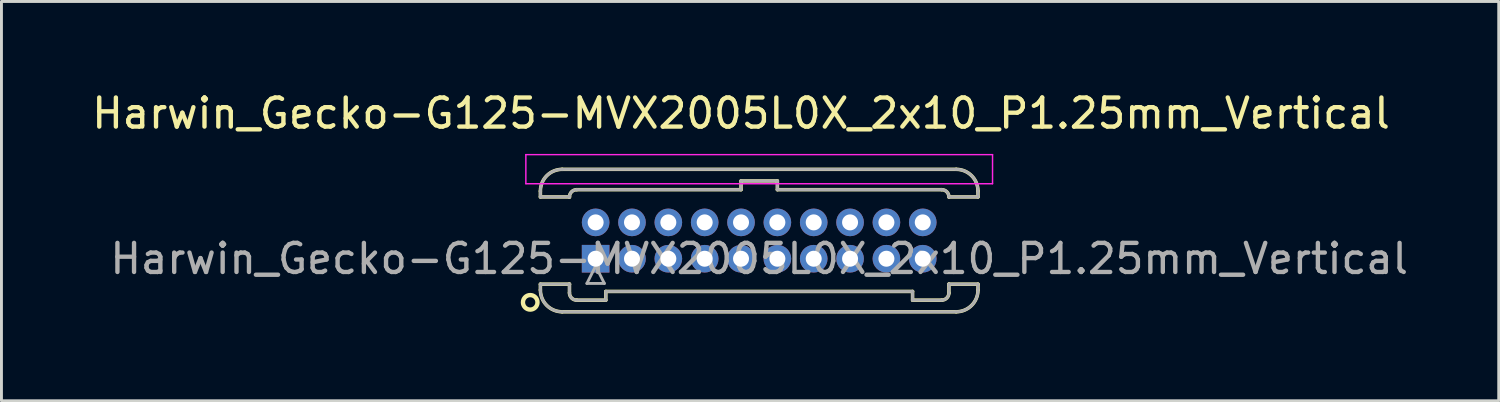
<source format=kicad_pcb>
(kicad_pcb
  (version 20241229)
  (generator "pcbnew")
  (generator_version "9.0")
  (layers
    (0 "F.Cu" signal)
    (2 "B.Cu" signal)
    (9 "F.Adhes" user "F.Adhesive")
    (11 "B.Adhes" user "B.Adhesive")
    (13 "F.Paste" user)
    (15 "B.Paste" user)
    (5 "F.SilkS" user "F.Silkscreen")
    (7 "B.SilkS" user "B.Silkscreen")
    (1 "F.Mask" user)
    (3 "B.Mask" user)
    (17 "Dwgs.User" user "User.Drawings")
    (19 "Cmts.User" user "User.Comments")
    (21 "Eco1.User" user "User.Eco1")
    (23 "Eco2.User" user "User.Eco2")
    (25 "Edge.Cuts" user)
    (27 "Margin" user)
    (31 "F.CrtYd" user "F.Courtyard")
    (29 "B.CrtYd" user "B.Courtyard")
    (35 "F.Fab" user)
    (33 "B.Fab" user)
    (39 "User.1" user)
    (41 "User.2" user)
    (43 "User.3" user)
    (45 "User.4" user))
  (footprint "Harwin_Gecko-G125-MVX2005L0X_2x10_P1.25mm_Vertical"
    (layer "F.Cu")
    (at 17.435 5.848)
    (property "Reference" "Harwin_Gecko-G125-MVX2005L0X_2x10_P1.25mm_Vertical" (at 5 -5 0) (layer "F.SilkS") (effects (font (size 1 1) (thickness 0.15))))
    (attr through_hole)
    (fp_line (start -1.9 -2.325) (end -1.9 -2.125) (stroke (width 0.12) (type solid)) (layer "F.SilkS"))
    (fp_line (start -1.9 -2.125) (end -0.9 -2.125) (stroke (width 0.12) (type solid)) (layer "F.SilkS"))
    (fp_line (start -1.9 0.875) (end -0.9 0.875) (stroke (width 0.12) (type solid)) (layer "F.SilkS"))
    (fp_line (start -1.9 1.075) (end -1.9 0.875) (stroke (width 0.12) (type solid)) (layer "F.SilkS"))
    (fp_line (start -1.15 -3.075) (end 12.4 -3.075) (stroke (width 0.12) (type solid)) (layer "F.SilkS"))
    (fp_line (start -1.15 1.825) (end 12.4 1.825) (stroke (width 0.12) (type solid)) (layer "F.SilkS"))
    (fp_line (start -0.9 -2.125) (end -0.9 -2.125) (stroke (width 0.12) (type solid)) (layer "F.SilkS"))
    (fp_line (start -0.9 0.875) (end -0.9 0.875) (stroke (width 0.12) (type solid)) (layer "F.SilkS"))
    (fp_line (start -0.9 1.175) (end -0.9 0.875) (stroke (width 0.12) (type solid)) (layer "F.SilkS"))
    (fp_line (start -0.65 -2.375) (end 5 -2.375) (stroke (width 0.12) (type solid)) (layer "F.SilkS"))
    (fp_line (start -0.65 1.425) (end 0.35 1.425) (stroke (width 0.12) (type solid)) (layer "F.SilkS"))
    (fp_line (start 0.35 1.125) (end 10.9 1.125) (stroke (width 0.12) (type solid)) (layer "F.SilkS"))
    (fp_line (start 0.35 1.425) (end 0.35 1.125) (stroke (width 0.12) (type solid)) (layer "F.SilkS"))
    (fp_line (start 5 -2.675) (end 6.25 -2.675) (stroke (width 0.12) (type solid)) (layer "F.SilkS"))
    (fp_line (start 5 -2.375) (end 5 -2.675) (stroke (width 0.12) (type solid)) (layer "F.SilkS"))
    (fp_line (start 6.25 -2.675) (end 6.25 -2.375) (stroke (width 0.12) (type solid)) (layer "F.SilkS"))
    (fp_line (start 6.25 -2.375) (end 11.9 -2.375) (stroke (width 0.12) (type solid)) (layer "F.SilkS"))
    (fp_line (start 10.9 1.125) (end 10.9 1.425) (stroke (width 0.12) (type solid)) (layer "F.SilkS"))
    (fp_line (start 10.9 1.425) (end 11.9 1.425) (stroke (width 0.12) (type solid)) (layer "F.SilkS"))
    (fp_line (start 12.15 -2.125) (end 12.15 -2.125) (stroke (width 0.12) (type solid)) (layer "F.SilkS"))
    (fp_line (start 12.15 0.875) (end 12.15 0.875) (stroke (width 0.12) (type solid)) (layer "F.SilkS"))
    (fp_line (start 12.15 1.175) (end 12.15 0.875) (stroke (width 0.12) (type solid)) (layer "F.SilkS"))
    (fp_line (start 13.15 -2.325) (end 13.15 -2.125) (stroke (width 0.12) (type solid)) (layer "F.SilkS"))
    (fp_line (start 13.15 -2.125) (end 12.15 -2.125) (stroke (width 0.12) (type solid)) (layer "F.SilkS"))
    (fp_line (start 13.15 0.875) (end 12.15 0.875) (stroke (width 0.12) (type solid)) (layer "F.SilkS"))
    (fp_line (start 13.15 1.075) (end 13.15 0.875) (stroke (width 0.12) (type solid)) (layer "F.SilkS"))
    (fp_arc (start -1.9 -2.325) (mid -1.68033 -2.85533) (end -1.15 -3.075) (stroke (width 0.12) (type solid)) (layer "F.SilkS"))
    (fp_arc (start -1.15 1.825) (mid -1.68033 1.60533) (end -1.9 1.075) (stroke (width 0.12) (type solid)) (layer "F.SilkS"))
    (fp_arc (start -0.9 -2.125) (mid -0.826777 -2.301777) (end -0.65 -2.375) (stroke (width 0.12) (type solid)) (layer "F.SilkS"))
    (fp_arc (start -0.65 1.425) (mid -0.826777 1.351777) (end -0.9 1.175) (stroke (width 0.12) (type solid)) (layer "F.SilkS"))
    (fp_arc (start 11.9 -2.375) (mid 12.076777 -2.301777) (end 12.15 -2.125) (stroke (width 0.12) (type solid)) (layer "F.SilkS"))
    (fp_arc (start 12.15 1.175) (mid 12.076777 1.351777) (end 11.9 1.425) (stroke (width 0.12) (type solid)) (layer "F.SilkS"))
    (fp_arc (start 12.4 -3.075) (mid 12.93033 -2.85533) (end 13.15 -2.325) (stroke (width 0.12) (type solid)) (layer "F.SilkS"))
    (fp_arc (start 13.15 1.075) (mid 12.93033 1.60533) (end 12.4 1.825) (stroke (width 0.12) (type solid)) (layer "F.SilkS"))
    (fp_circle (center -2.25 1.5) (end -2 1.5) (stroke (width 0.15) (type solid)) (fill no) (layer "F.SilkS"))
    (fp_line (start -2.4 -3.58) (end -2.4 -2.58) (stroke (width 0.05) (type solid)) (layer "F.CrtYd"))
    (fp_line (start -2.4 -2.58) (end 13.65 -2.58) (stroke (width 0.05) (type solid)) (layer "F.CrtYd"))
    (fp_line (start 13.65 -3.58) (end -2.4 -3.58) (stroke (width 0.05) (type solid)) (layer "F.CrtYd"))
    (fp_line (start 13.65 -2.58) (end 13.65 -3.58) (stroke (width 0.05) (type solid)) (layer "F.CrtYd"))
    (fp_line (start -1.9 -2.325) (end -1.9 -2.125) (stroke (width 0.1) (type solid)) (layer "F.Fab"))
    (fp_line (start -1.9 -2.125) (end -0.9 -2.125) (stroke (width 0.1) (type solid)) (layer "F.Fab"))
    (fp_line (start -1.9 0.875) (end -0.9 0.875) (stroke (width 0.1) (type solid)) (layer "F.Fab"))
    (fp_line (start -1.9 1.075) (end -1.9 0.875) (stroke (width 0.1) (type solid)) (layer "F.Fab"))
    (fp_line (start -1.15 -3.075) (end 12.4 -3.075) (stroke (width 0.1) (type solid)) (layer "F.Fab"))
    (fp_line (start -1.15 1.825) (end 12.4 1.825) (stroke (width 0.1) (type solid)) (layer "F.Fab"))
    (fp_line (start -0.9 -2.125) (end -0.9 -2.125) (stroke (width 0.1) (type solid)) (layer "F.Fab"))
    (fp_line (start -0.9 0.875) (end -0.9 0.875) (stroke (width 0.1) (type solid)) (layer "F.Fab"))
    (fp_line (start -0.9 1.175) (end -0.9 0.875) (stroke (width 0.1) (type solid)) (layer "F.Fab"))
    (fp_line (start -0.65 -2.375) (end 5 -2.375) (stroke (width 0.1) (type solid)) (layer "F.Fab"))
    (fp_line (start -0.65 1.425) (end 0.35 1.425) (stroke (width 0.1) (type solid)) (layer "F.Fab"))
    (fp_line (start -0.3 0.85) (end 0.3 0.85) (stroke (width 0.1) (type solid)) (layer "F.Fab"))
    (fp_line (start 0 0.25) (end -0.3 0.85) (stroke (width 0.1) (type solid)) (layer "F.Fab"))
    (fp_line (start 0.3 0.85) (end 0 0.25) (stroke (width 0.1) (type solid)) (layer "F.Fab"))
    (fp_line (start 0.35 1.125) (end 10.9 1.125) (stroke (width 0.1) (type solid)) (layer "F.Fab"))
    (fp_line (start 0.35 1.425) (end 0.35 1.125) (stroke (width 0.1) (type solid)) (layer "F.Fab"))
    (fp_line (start 5 -2.675) (end 6.25 -2.675) (stroke (width 0.1) (type solid)) (layer "F.Fab"))
    (fp_line (start 5 -2.375) (end 5 -2.675) (stroke (width 0.1) (type solid)) (layer "F.Fab"))
    (fp_line (start 6.25 -2.675) (end 6.25 -2.375) (stroke (width 0.1) (type solid)) (layer "F.Fab"))
    (fp_line (start 6.25 -2.375) (end 11.9 -2.375) (stroke (width 0.1) (type solid)) (layer "F.Fab"))
    (fp_line (start 10.9 1.125) (end 10.9 1.425) (stroke (width 0.1) (type solid)) (layer "F.Fab"))
    (fp_line (start 10.9 1.425) (end 11.9 1.425) (stroke (width 0.1) (type solid)) (layer "F.Fab"))
    (fp_line (start 12.15 -2.125) (end 12.15 -2.125) (stroke (width 0.1) (type solid)) (layer "F.Fab"))
    (fp_line (start 12.15 0.875) (end 12.15 0.875) (stroke (width 0.1) (type solid)) (layer "F.Fab"))
    (fp_line (start 12.15 1.175) (end 12.15 0.875) (stroke (width 0.1) (type solid)) (layer "F.Fab"))
    (fp_line (start 13.15 -2.325) (end 13.15 -2.125) (stroke (width 0.1) (type solid)) (layer "F.Fab"))
    (fp_line (start 13.15 -2.125) (end 12.15 -2.125) (stroke (width 0.1) (type solid)) (layer "F.Fab"))
    (fp_line (start 13.15 0.875) (end 12.15 0.875) (stroke (width 0.1) (type solid)) (layer "F.Fab"))
    (fp_line (start 13.15 1.075) (end 13.15 0.875) (stroke (width 0.1) (type solid)) (layer "F.Fab"))
    (fp_arc (start -1.9 -2.325) (mid -1.68033 -2.85533) (end -1.15 -3.075) (stroke (width 0.1) (type solid)) (layer "F.Fab"))
    (fp_arc (start -1.15 1.825) (mid -1.68033 1.60533) (end -1.9 1.075) (stroke (width 0.1) (type solid)) (layer "F.Fab"))
    (fp_arc (start -0.9 -2.125) (mid -0.826777 -2.301777) (end -0.65 -2.375) (stroke (width 0.1) (type solid)) (layer "F.Fab"))
    (fp_arc (start -0.65 1.425) (mid -0.826777 1.351777) (end -0.9 1.175) (stroke (width 0.1) (type solid)) (layer "F.Fab"))
    (fp_arc (start 11.9 -2.375) (mid 12.076777 -2.301777) (end 12.15 -2.125) (stroke (width 0.1) (type solid)) (layer "F.Fab"))
    (fp_arc (start 12.15 1.175) (mid 12.076777 1.351777) (end 11.9 1.425) (stroke (width 0.1) (type solid)) (layer "F.Fab"))
    (fp_arc (start 12.4 -3.075) (mid 12.93033 -2.85533) (end 13.15 -2.325) (stroke (width 0.1) (type solid)) (layer "F.Fab"))
    (fp_arc (start 13.15 1.075) (mid 12.93033 1.60533) (end 12.4 1.825) (stroke (width 0.1) (type solid)) (layer "F.Fab"))
    (fp_text user "${REFERENCE}" (at 5.625 0 0) (layer "F.Fab") (effects (font (size 1 1) (thickness 0.15))))
    (pad "1" thru_hole rect (at 0 0) (size 0.95 0.95) (drill 0.55) (layers "*.Cu" "*.Mask"))
    (pad "2" thru_hole circle (at 1.25 0) (size 0.95 0.95) (drill 0.55) (layers "*.Cu" "*.Mask"))
    (pad "3" thru_hole circle (at 2.5 0) (size 0.95 0.95) (drill 0.55) (layers "*.Cu" "*.Mask"))
    (pad "4" thru_hole circle (at 3.75 0) (size 0.95 0.95) (drill 0.55) (layers "*.Cu" "*.Mask"))
    (pad "5" thru_hole circle (at 5 0) (size 0.95 0.95) (drill 0.55) (layers "*.Cu" "*.Mask"))
    (pad "6" thru_hole circle (at 6.25 0) (size 0.95 0.95) (drill 0.55) (layers "*.Cu" "*.Mask"))
    (pad "7" thru_hole circle (at 7.5 0) (size 0.95 0.95) (drill 0.55) (layers "*.Cu" "*.Mask"))
    (pad "8" thru_hole circle (at 8.75 0) (size 0.95 0.95) (drill 0.55) (layers "*.Cu" "*.Mask"))
    (pad "9" thru_hole circle (at 10 0) (size 0.95 0.95) (drill 0.55) (layers "*.Cu" "*.Mask"))
    (pad "10" thru_hole circle (at 11.25 0) (size 0.95 0.95) (drill 0.55) (layers "*.Cu" "*.Mask"))
    (pad "11" thru_hole circle (at 0 -1.25) (size 0.95 0.95) (drill 0.55) (layers "*.Cu" "*.Mask"))
    (pad "12" thru_hole circle (at 1.25 -1.25) (size 0.95 0.95) (drill 0.55) (layers "*.Cu" "*.Mask"))
    (pad "13" thru_hole circle (at 2.5 -1.25) (size 0.95 0.95) (drill 0.55) (layers "*.Cu" "*.Mask"))
    (pad "14" thru_hole circle (at 3.75 -1.25) (size 0.95 0.95) (drill 0.55) (layers "*.Cu" "*.Mask"))
    (pad "15" thru_hole circle (at 5 -1.25) (size 0.95 0.95) (drill 0.55) (layers "*.Cu" "*.Mask"))
    (pad "16" thru_hole circle (at 6.25 -1.25) (size 0.95 0.95) (drill 0.55) (layers "*.Cu" "*.Mask"))
    (pad "17" thru_hole circle (at 7.5 -1.25) (size 0.95 0.95) (drill 0.55) (layers "*.Cu" "*.Mask"))
    (pad "18" thru_hole circle (at 8.75 -1.25) (size 0.95 0.95) (drill 0.55) (layers "*.Cu" "*.Mask"))
    (pad "19" thru_hole circle (at 10 -1.25) (size 0.95 0.95) (drill 0.55) (layers "*.Cu" "*.Mask"))
    (pad "20" thru_hole circle (at 11.25 -1.25) (size 0.95 0.95) (drill 0.55) (layers "*.Cu" "*.Mask")))
  (gr_rect
    (start -3 -3)
    (end 48.494 10.733)
    (stroke (width 0.1) (type default))
    (fill no)
    (layer "Edge.Cuts")))
</source>
